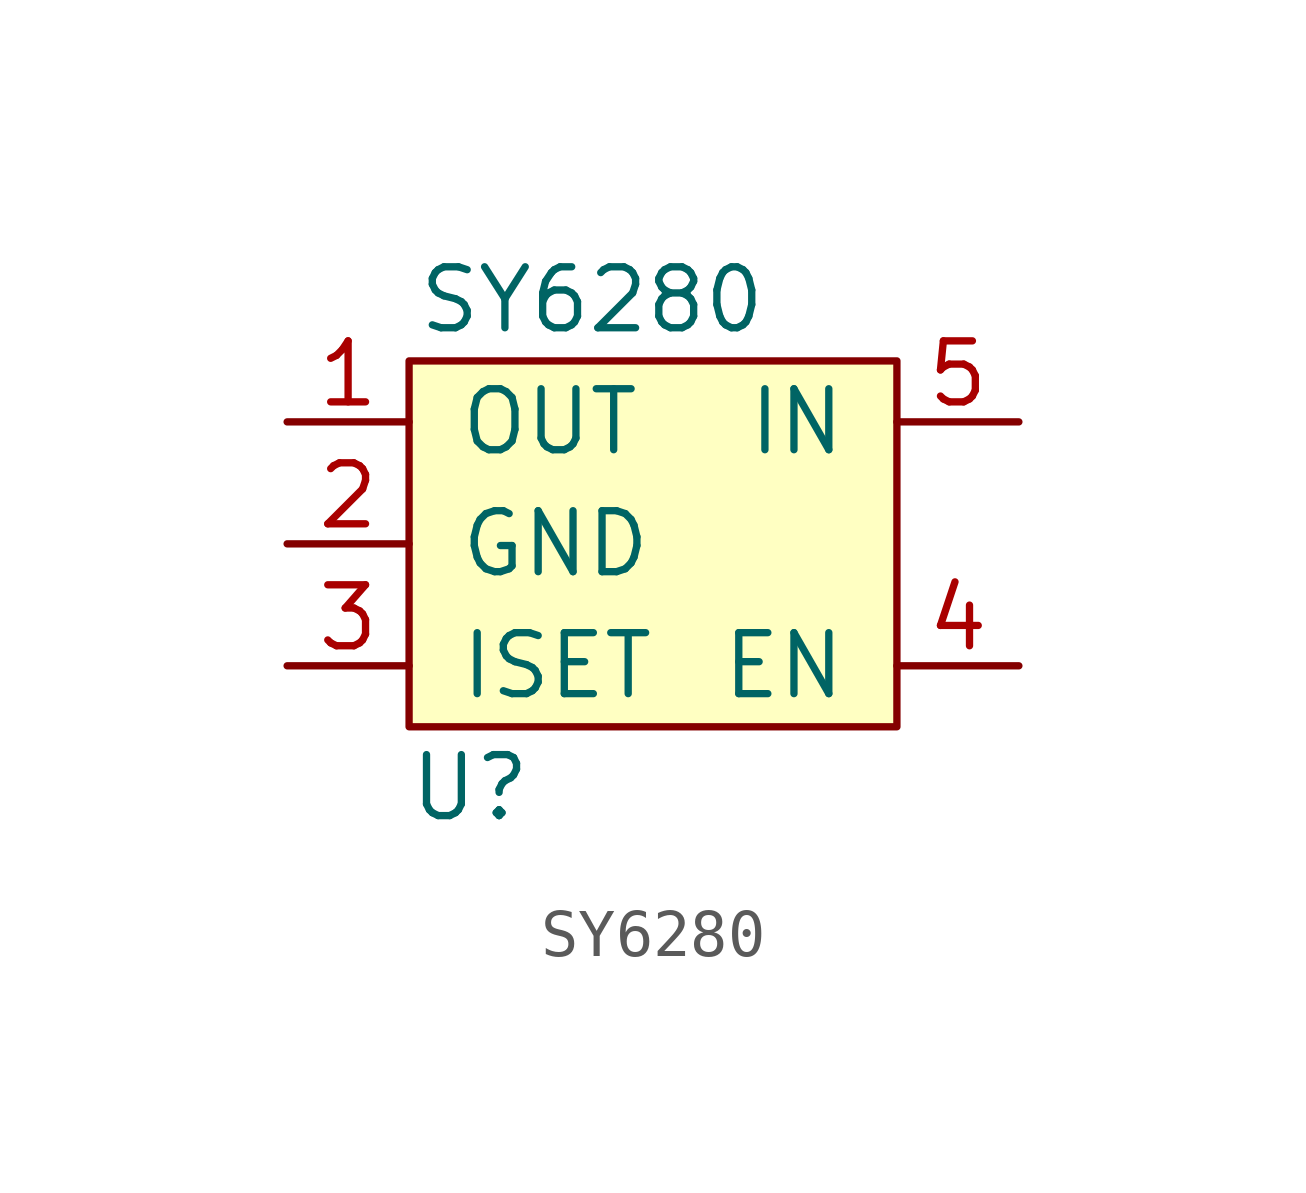
<source format=kicad_sym>
(kicad_symbol_lib
  (version 20220914)
  (generator kicad_symbol_editor)
  (symbol "SY6280"
    (pin_names
      (offset 1.016))
    (property "Reference" "U"
      (at -3.81 -5.08 0)
      (effects (font (size 1.27 1.27))))
    (property "Value" "SY6280"
      (at -1.27 5.08 0)
      (effects (font (size 1.27 1.27))))
    (symbol "SY6280_1_1"
      (rectangle (start -5.08 3.81) (end 5.08 -3.81) (stroke (width 0) (type solid)) (fill (type background)))
      (pin power_out line (at -7.62 2.54 0) (length 2.54) (name "OUT" (effects (font (size 1.27 1.27)))) (number "1" (effects (font (size 1.27 1.27)))))
      (pin power_in line (at -7.62 0 0) (length 2.54) (name "GND" (effects (font (size 1.27 1.27)))) (number "2" (effects (font (size 1.27 1.27)))))
      (pin passive line (at -7.62 -2.54 0) (length 2.54) (name "ISET" (effects (font (size 1.27 1.27)))) (number "3" (effects (font (size 1.27 1.27)))))
      (pin input line (at 7.62 -2.54 180) (length 2.54) (name "EN" (effects (font (size 1.27 1.27)))) (number "4" (effects (font (size 1.27 1.27)))))
      (pin power_in line (at 7.62 2.54 180) (length 2.54) (name "IN" (effects (font (size 1.27 1.27)))) (number "5" (effects (font (size 1.27 1.27))))))))
</source>
